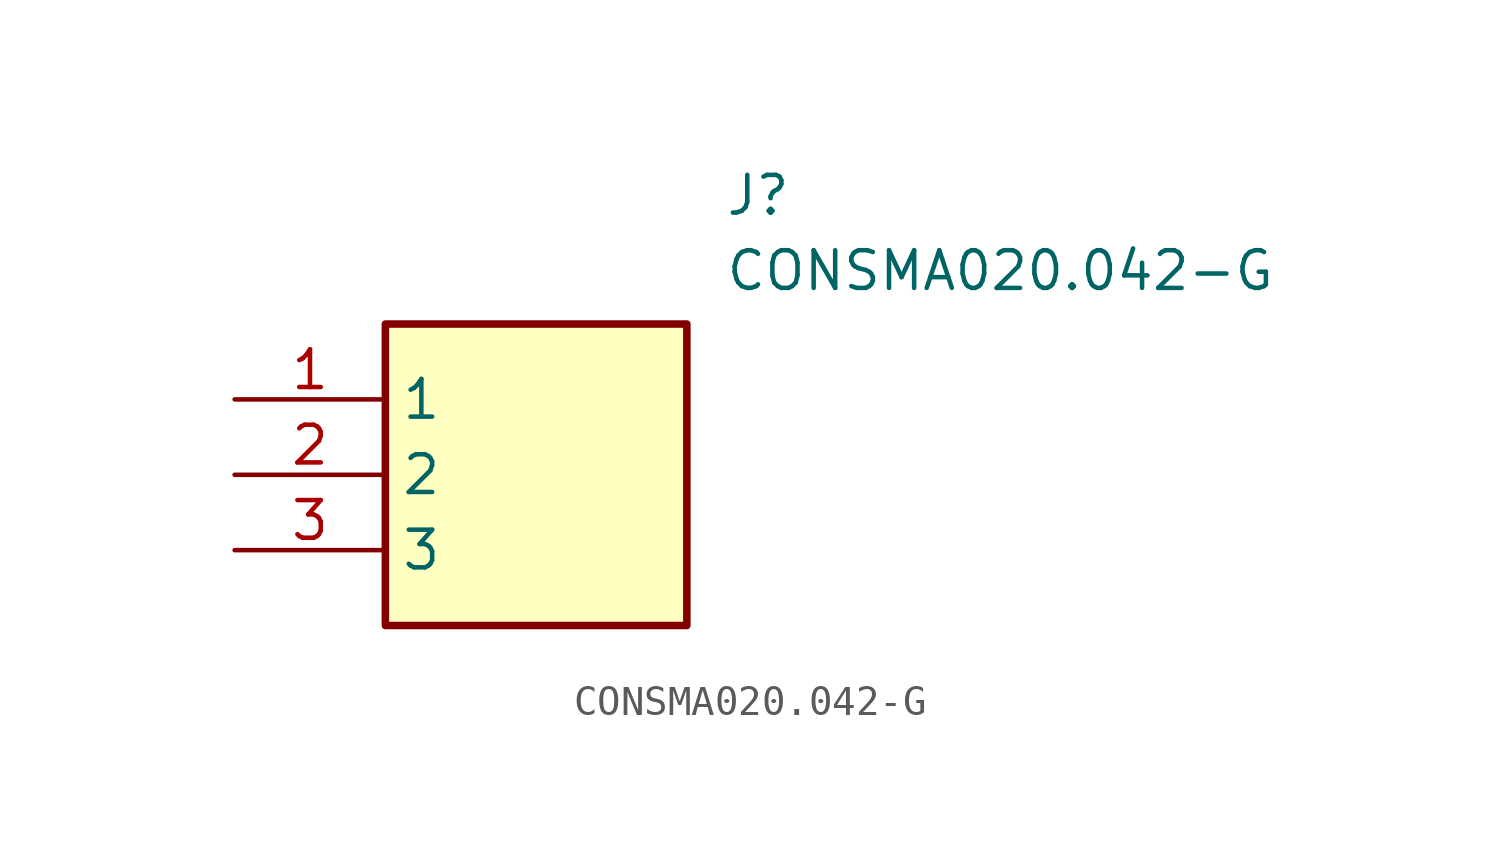
<source format=kicad_sym>
(kicad_symbol_lib
  (version 20211014)
  (generator SamacSys_ECAD_Model)
  (symbol "CONSMA020.042-G"
    (property "Reference" "J"
      (at 16.51 7.62 0)
      (effects (font (size 1.27 1.27)) (justify left top)))
    (property "Value" "CONSMA020.042-G"
      (at 16.51 5.08 0)
      (effects (font (size 1.27 1.27)) (justify left top)))
    (rectangle
      (start 5.08 2.54)
      (end 15.24 -7.62)
      (stroke (width 0.254) (type default))
      (fill (type background)))
    (pin passive line
      (at 0 0 0)
      (length 5.08)
      (name "1" (effects (font (size 1.27 1.27))))
      (number "1" (effects (font (size 1.27 1.27)))))
    (pin passive line
      (at 0 -2.54 0)
      (length 5.08)
      (name "2" (effects (font (size 1.27 1.27))))
      (number "2" (effects (font (size 1.27 1.27)))))
    (pin passive line
      (at 0 -5.08 0)
      (length 5.08)
      (name "3" (effects (font (size 1.27 1.27))))
      (number "3" (effects (font (size 1.27 1.27)))))))
</source>
